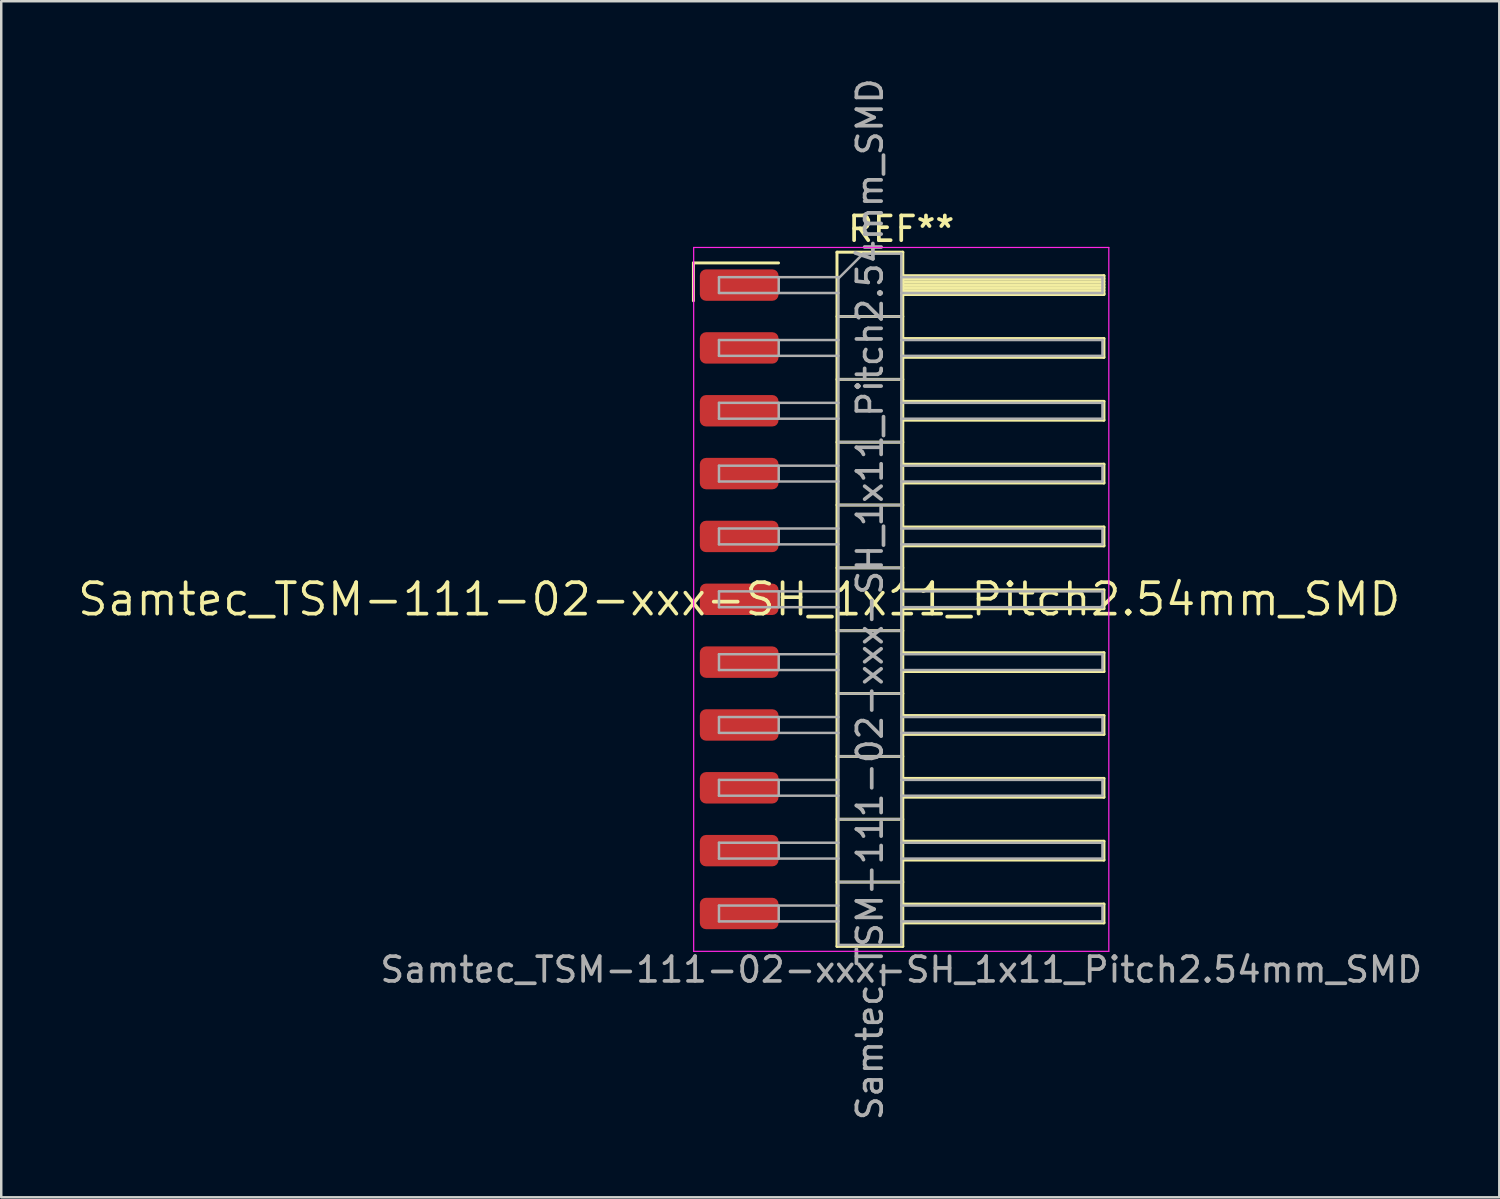
<source format=kicad_pcb>
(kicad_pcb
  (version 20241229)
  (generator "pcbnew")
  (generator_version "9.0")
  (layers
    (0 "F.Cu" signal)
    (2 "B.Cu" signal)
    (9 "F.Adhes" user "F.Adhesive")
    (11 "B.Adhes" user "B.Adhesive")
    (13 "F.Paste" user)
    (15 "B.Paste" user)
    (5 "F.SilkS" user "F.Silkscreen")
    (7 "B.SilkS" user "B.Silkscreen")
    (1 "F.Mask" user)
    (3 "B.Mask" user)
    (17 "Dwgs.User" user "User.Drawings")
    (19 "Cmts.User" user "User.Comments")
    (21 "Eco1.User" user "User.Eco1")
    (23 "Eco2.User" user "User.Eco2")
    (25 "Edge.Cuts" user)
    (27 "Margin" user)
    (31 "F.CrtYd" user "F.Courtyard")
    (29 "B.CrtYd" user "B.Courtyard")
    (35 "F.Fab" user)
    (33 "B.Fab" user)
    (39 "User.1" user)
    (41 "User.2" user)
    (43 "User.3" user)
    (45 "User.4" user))
  (footprint "Samtec_TSM-111-02-xxx-SH_1x11_Pitch2.54mm_SMD"
    (layer "F.Cu")
    (at 26.828 21.173)
    (property "Reference" "Samtec_TSM-111-02-xxx-SH_1x11_Pitch2.54mm_SMD" (at 0 0 0) (layer "F.SilkS") (effects (font (size 1.27 1.27) (thickness 0.15))))
    (attr smd)
    (fp_line (start -1.85 -13.595) (end 1.59 -13.595) (stroke (width 0.12) (type solid)) (layer "F.SilkS"))
    (fp_line (start -1.85 -12.065) (end -1.85 -13.595) (stroke (width 0.12) (type solid)) (layer "F.SilkS"))
    (fp_line (start 3.953 -14.03) (end 6.613 -14.03) (stroke (width 0.12) (type solid)) (layer "F.SilkS"))
    (fp_line (start 3.953 -11.43) (end 6.613 -11.43) (stroke (width 0.12) (type solid)) (layer "F.SilkS"))
    (fp_line (start 3.953 -8.89) (end 6.613 -8.89) (stroke (width 0.12) (type solid)) (layer "F.SilkS"))
    (fp_line (start 3.953 -6.35) (end 6.613 -6.35) (stroke (width 0.12) (type solid)) (layer "F.SilkS"))
    (fp_line (start 3.953 -3.81) (end 6.613 -3.81) (stroke (width 0.12) (type solid)) (layer "F.SilkS"))
    (fp_line (start 3.953 -1.27) (end 6.613 -1.27) (stroke (width 0.12) (type solid)) (layer "F.SilkS"))
    (fp_line (start 3.953 1.27) (end 6.613 1.27) (stroke (width 0.12) (type solid)) (layer "F.SilkS"))
    (fp_line (start 3.953 3.81) (end 6.613 3.81) (stroke (width 0.12) (type solid)) (layer "F.SilkS"))
    (fp_line (start 3.953 6.35) (end 6.613 6.35) (stroke (width 0.12) (type solid)) (layer "F.SilkS"))
    (fp_line (start 3.953 8.89) (end 6.613 8.89) (stroke (width 0.12) (type solid)) (layer "F.SilkS"))
    (fp_line (start 3.953 11.43) (end 6.613 11.43) (stroke (width 0.12) (type solid)) (layer "F.SilkS"))
    (fp_line (start 3.953 14.03) (end 3.953 -14.03) (stroke (width 0.12) (type solid)) (layer "F.SilkS"))
    (fp_line (start 6.613 -14.03) (end 6.613 14.03) (stroke (width 0.12) (type solid)) (layer "F.SilkS"))
    (fp_line (start 6.613 -13.08) (end 14.743 -13.08) (stroke (width 0.12) (type solid)) (layer "F.SilkS"))
    (fp_line (start 6.613 -12.96) (end 14.743 -12.96) (stroke (width 0.12) (type solid)) (layer "F.SilkS"))
    (fp_line (start 6.613 -12.84) (end 14.743 -12.84) (stroke (width 0.12) (type solid)) (layer "F.SilkS"))
    (fp_line (start 6.613 -12.72) (end 14.743 -12.72) (stroke (width 0.12) (type solid)) (layer "F.SilkS"))
    (fp_line (start 6.613 -12.6) (end 14.743 -12.6) (stroke (width 0.12) (type solid)) (layer "F.SilkS"))
    (fp_line (start 6.613 -12.48) (end 14.743 -12.48) (stroke (width 0.12) (type solid)) (layer "F.SilkS"))
    (fp_line (start 6.613 -12.36) (end 14.743 -12.36) (stroke (width 0.12) (type solid)) (layer "F.SilkS"))
    (fp_line (start 6.613 -12.32) (end 14.743 -12.32) (stroke (width 0.12) (type solid)) (layer "F.SilkS"))
    (fp_line (start 6.613 -10.54) (end 14.743 -10.54) (stroke (width 0.12) (type solid)) (layer "F.SilkS"))
    (fp_line (start 6.613 -9.78) (end 14.743 -9.78) (stroke (width 0.12) (type solid)) (layer "F.SilkS"))
    (fp_line (start 6.613 -8) (end 14.743 -8) (stroke (width 0.12) (type solid)) (layer "F.SilkS"))
    (fp_line (start 6.613 -7.24) (end 14.743 -7.24) (stroke (width 0.12) (type solid)) (layer "F.SilkS"))
    (fp_line (start 6.613 -5.46) (end 14.743 -5.46) (stroke (width 0.12) (type solid)) (layer "F.SilkS"))
    (fp_line (start 6.613 -4.7) (end 14.743 -4.7) (stroke (width 0.12) (type solid)) (layer "F.SilkS"))
    (fp_line (start 6.613 -2.92) (end 14.743 -2.92) (stroke (width 0.12) (type solid)) (layer "F.SilkS"))
    (fp_line (start 6.613 -2.16) (end 14.743 -2.16) (stroke (width 0.12) (type solid)) (layer "F.SilkS"))
    (fp_line (start 6.613 -0.38) (end 14.743 -0.38) (stroke (width 0.12) (type solid)) (layer "F.SilkS"))
    (fp_line (start 6.613 0.38) (end 14.743 0.38) (stroke (width 0.12) (type solid)) (layer "F.SilkS"))
    (fp_line (start 6.613 2.16) (end 14.743 2.16) (stroke (width 0.12) (type solid)) (layer "F.SilkS"))
    (fp_line (start 6.613 2.92) (end 14.743 2.92) (stroke (width 0.12) (type solid)) (layer "F.SilkS"))
    (fp_line (start 6.613 4.7) (end 14.743 4.7) (stroke (width 0.12) (type solid)) (layer "F.SilkS"))
    (fp_line (start 6.613 5.46) (end 14.743 5.46) (stroke (width 0.12) (type solid)) (layer "F.SilkS"))
    (fp_line (start 6.613 7.24) (end 14.743 7.24) (stroke (width 0.12) (type solid)) (layer "F.SilkS"))
    (fp_line (start 6.613 8) (end 14.743 8) (stroke (width 0.12) (type solid)) (layer "F.SilkS"))
    (fp_line (start 6.613 9.78) (end 14.743 9.78) (stroke (width 0.12) (type solid)) (layer "F.SilkS"))
    (fp_line (start 6.613 10.54) (end 14.743 10.54) (stroke (width 0.12) (type solid)) (layer "F.SilkS"))
    (fp_line (start 6.613 12.32) (end 14.743 12.32) (stroke (width 0.12) (type solid)) (layer "F.SilkS"))
    (fp_line (start 6.613 13.08) (end 14.743 13.08) (stroke (width 0.12) (type solid)) (layer "F.SilkS"))
    (fp_line (start 6.613 14.03) (end 3.953 14.03) (stroke (width 0.12) (type solid)) (layer "F.SilkS"))
    (fp_line (start 14.743 -13.08) (end 14.743 -12.32) (stroke (width 0.12) (type solid)) (layer "F.SilkS"))
    (fp_line (start 14.743 -10.54) (end 14.743 -9.78) (stroke (width 0.12) (type solid)) (layer "F.SilkS"))
    (fp_line (start 14.743 -8) (end 14.743 -7.24) (stroke (width 0.12) (type solid)) (layer "F.SilkS"))
    (fp_line (start 14.743 -5.46) (end 14.743 -4.7) (stroke (width 0.12) (type solid)) (layer "F.SilkS"))
    (fp_line (start 14.743 -2.92) (end 14.743 -2.16) (stroke (width 0.12) (type solid)) (layer "F.SilkS"))
    (fp_line (start 14.743 -0.38) (end 14.743 0.38) (stroke (width 0.12) (type solid)) (layer "F.SilkS"))
    (fp_line (start 14.743 2.16) (end 14.743 2.92) (stroke (width 0.12) (type solid)) (layer "F.SilkS"))
    (fp_line (start 14.743 4.7) (end 14.743 5.46) (stroke (width 0.12) (type solid)) (layer "F.SilkS"))
    (fp_line (start 14.743 7.24) (end 14.743 8) (stroke (width 0.12) (type solid)) (layer "F.SilkS"))
    (fp_line (start 14.743 9.78) (end 14.743 10.54) (stroke (width 0.12) (type solid)) (layer "F.SilkS"))
    (fp_line (start 14.743 12.32) (end 14.743 13.08) (stroke (width 0.12) (type solid)) (layer "F.SilkS"))
    (fp_line (start -1.84 -14.22) (end 14.94 -14.22) (stroke (width 0.05) (type solid)) (layer "F.CrtYd"))
    (fp_line (start -1.84 14.23) (end -1.84 -14.22) (stroke (width 0.05) (type solid)) (layer "F.CrtYd"))
    (fp_line (start 14.94 -14.22) (end 14.94 14.23) (stroke (width 0.05) (type solid)) (layer "F.CrtYd"))
    (fp_line (start 14.94 14.23) (end -1.84 14.23) (stroke (width 0.05) (type solid)) (layer "F.CrtYd"))
    (fp_line (start -0.817 -13.02) (end -0.817 -12.38) (stroke (width 0.1) (type solid)) (layer "F.Fab"))
    (fp_line (start -0.817 -13.02) (end 4.013 -13.02) (stroke (width 0.1) (type solid)) (layer "F.Fab"))
    (fp_line (start -0.817 -12.38) (end 4.013 -12.38) (stroke (width 0.1) (type solid)) (layer "F.Fab"))
    (fp_line (start -0.817 -10.48) (end -0.817 -9.84) (stroke (width 0.1) (type solid)) (layer "F.Fab"))
    (fp_line (start -0.817 -10.48) (end 4.013 -10.48) (stroke (width 0.1) (type solid)) (layer "F.Fab"))
    (fp_line (start -0.817 -9.84) (end 4.013 -9.84) (stroke (width 0.1) (type solid)) (layer "F.Fab"))
    (fp_line (start -0.817 -7.94) (end -0.817 -7.3) (stroke (width 0.1) (type solid)) (layer "F.Fab"))
    (fp_line (start -0.817 -7.94) (end 4.013 -7.94) (stroke (width 0.1) (type solid)) (layer "F.Fab"))
    (fp_line (start -0.817 -7.3) (end 4.013 -7.3) (stroke (width 0.1) (type solid)) (layer "F.Fab"))
    (fp_line (start -0.817 -5.4) (end -0.817 -4.76) (stroke (width 0.1) (type solid)) (layer "F.Fab"))
    (fp_line (start -0.817 -5.4) (end 4.013 -5.4) (stroke (width 0.1) (type solid)) (layer "F.Fab"))
    (fp_line (start -0.817 -4.76) (end 4.013 -4.76) (stroke (width 0.1) (type solid)) (layer "F.Fab"))
    (fp_line (start -0.817 -2.86) (end -0.817 -2.22) (stroke (width 0.1) (type solid)) (layer "F.Fab"))
    (fp_line (start -0.817 -2.86) (end 4.013 -2.86) (stroke (width 0.1) (type solid)) (layer "F.Fab"))
    (fp_line (start -0.817 -2.22) (end 4.013 -2.22) (stroke (width 0.1) (type solid)) (layer "F.Fab"))
    (fp_line (start -0.817 -0.32) (end -0.817 0.32) (stroke (width 0.1) (type solid)) (layer "F.Fab"))
    (fp_line (start -0.817 -0.32) (end 4.013 -0.32) (stroke (width 0.1) (type solid)) (layer "F.Fab"))
    (fp_line (start -0.817 0.32) (end 4.013 0.32) (stroke (width 0.1) (type solid)) (layer "F.Fab"))
    (fp_line (start -0.817 2.22) (end -0.817 2.86) (stroke (width 0.1) (type solid)) (layer "F.Fab"))
    (fp_line (start -0.817 2.22) (end 4.013 2.22) (stroke (width 0.1) (type solid)) (layer "F.Fab"))
    (fp_line (start -0.817 2.86) (end 4.013 2.86) (stroke (width 0.1) (type solid)) (layer "F.Fab"))
    (fp_line (start -0.817 4.76) (end -0.817 5.4) (stroke (width 0.1) (type solid)) (layer "F.Fab"))
    (fp_line (start -0.817 4.76) (end 4.013 4.76) (stroke (width 0.1) (type solid)) (layer "F.Fab"))
    (fp_line (start -0.817 5.4) (end 4.013 5.4) (stroke (width 0.1) (type solid)) (layer "F.Fab"))
    (fp_line (start -0.817 7.3) (end -0.817 7.94) (stroke (width 0.1) (type solid)) (layer "F.Fab"))
    (fp_line (start -0.817 7.3) (end 4.013 7.3) (stroke (width 0.1) (type solid)) (layer "F.Fab"))
    (fp_line (start -0.817 7.94) (end 4.013 7.94) (stroke (width 0.1) (type solid)) (layer "F.Fab"))
    (fp_line (start -0.817 9.84) (end -0.817 10.48) (stroke (width 0.1) (type solid)) (layer "F.Fab"))
    (fp_line (start -0.817 9.84) (end 4.013 9.84) (stroke (width 0.1) (type solid)) (layer "F.Fab"))
    (fp_line (start -0.817 10.48) (end 4.013 10.48) (stroke (width 0.1) (type solid)) (layer "F.Fab"))
    (fp_line (start -0.817 12.38) (end -0.817 13.02) (stroke (width 0.1) (type solid)) (layer "F.Fab"))
    (fp_line (start -0.817 12.38) (end 4.013 12.38) (stroke (width 0.1) (type solid)) (layer "F.Fab"))
    (fp_line (start -0.817 13.02) (end 4.013 13.02) (stroke (width 0.1) (type solid)) (layer "F.Fab"))
    (fp_line (start 1.598 -13.02) (end 1.598 -12.38) (stroke (width 0.1) (type solid)) (layer "F.Fab"))
    (fp_line (start 1.598 -10.48) (end 1.598 -9.84) (stroke (width 0.1) (type solid)) (layer "F.Fab"))
    (fp_line (start 1.598 -7.94) (end 1.598 -7.3) (stroke (width 0.1) (type solid)) (layer "F.Fab"))
    (fp_line (start 1.598 -5.4) (end 1.598 -4.76) (stroke (width 0.1) (type solid)) (layer "F.Fab"))
    (fp_line (start 1.598 -2.86) (end 1.598 -2.22) (stroke (width 0.1) (type solid)) (layer "F.Fab"))
    (fp_line (start 1.598 -0.32) (end 1.598 0.32) (stroke (width 0.1) (type solid)) (layer "F.Fab"))
    (fp_line (start 1.598 2.22) (end 1.598 2.86) (stroke (width 0.1) (type solid)) (layer "F.Fab"))
    (fp_line (start 1.598 4.76) (end 1.598 5.4) (stroke (width 0.1) (type solid)) (layer "F.Fab"))
    (fp_line (start 1.598 7.3) (end 1.598 7.94) (stroke (width 0.1) (type solid)) (layer "F.Fab"))
    (fp_line (start 1.598 9.84) (end 1.598 10.48) (stroke (width 0.1) (type solid)) (layer "F.Fab"))
    (fp_line (start 1.598 12.38) (end 1.598 13.02) (stroke (width 0.1) (type solid)) (layer "F.Fab"))
    (fp_line (start 4.013 -12.97) (end 5.013 -13.97) (stroke (width 0.1) (type solid)) (layer "F.Fab"))
    (fp_line (start 4.013 -11.43) (end 6.553 -11.43) (stroke (width 0.1) (type solid)) (layer "F.Fab"))
    (fp_line (start 4.013 -8.89) (end 6.553 -8.89) (stroke (width 0.1) (type solid)) (layer "F.Fab"))
    (fp_line (start 4.013 -6.35) (end 6.553 -6.35) (stroke (width 0.1) (type solid)) (layer "F.Fab"))
    (fp_line (start 4.013 -3.81) (end 6.553 -3.81) (stroke (width 0.1) (type solid)) (layer "F.Fab"))
    (fp_line (start 4.013 -1.27) (end 6.553 -1.27) (stroke (width 0.1) (type solid)) (layer "F.Fab"))
    (fp_line (start 4.013 1.27) (end 6.553 1.27) (stroke (width 0.1) (type solid)) (layer "F.Fab"))
    (fp_line (start 4.013 3.81) (end 6.553 3.81) (stroke (width 0.1) (type solid)) (layer "F.Fab"))
    (fp_line (start 4.013 6.35) (end 6.553 6.35) (stroke (width 0.1) (type solid)) (layer "F.Fab"))
    (fp_line (start 4.013 8.89) (end 6.553 8.89) (stroke (width 0.1) (type solid)) (layer "F.Fab"))
    (fp_line (start 4.013 11.43) (end 6.553 11.43) (stroke (width 0.1) (type solid)) (layer "F.Fab"))
    (fp_line (start 4.013 13.97) (end 4.013 -12.97) (stroke (width 0.1) (type solid)) (layer "F.Fab"))
    (fp_line (start 5.013 -13.97) (end 6.553 -13.97) (stroke (width 0.1) (type solid)) (layer "F.Fab"))
    (fp_line (start 6.553 -13.97) (end 6.553 13.97) (stroke (width 0.1) (type solid)) (layer "F.Fab"))
    (fp_line (start 6.553 -13.02) (end 14.683 -13.02) (stroke (width 0.1) (type solid)) (layer "F.Fab"))
    (fp_line (start 6.553 -12.38) (end 14.683 -12.38) (stroke (width 0.1) (type solid)) (layer "F.Fab"))
    (fp_line (start 6.553 -10.48) (end 14.683 -10.48) (stroke (width 0.1) (type solid)) (layer "F.Fab"))
    (fp_line (start 6.553 -9.84) (end 14.683 -9.84) (stroke (width 0.1) (type solid)) (layer "F.Fab"))
    (fp_line (start 6.553 -7.94) (end 14.683 -7.94) (stroke (width 0.1) (type solid)) (layer "F.Fab"))
    (fp_line (start 6.553 -7.3) (end 14.683 -7.3) (stroke (width 0.1) (type solid)) (layer "F.Fab"))
    (fp_line (start 6.553 -5.4) (end 14.683 -5.4) (stroke (width 0.1) (type solid)) (layer "F.Fab"))
    (fp_line (start 6.553 -4.76) (end 14.683 -4.76) (stroke (width 0.1) (type solid)) (layer "F.Fab"))
    (fp_line (start 6.553 -2.86) (end 14.683 -2.86) (stroke (width 0.1) (type solid)) (layer "F.Fab"))
    (fp_line (start 6.553 -2.22) (end 14.683 -2.22) (stroke (width 0.1) (type solid)) (layer "F.Fab"))
    (fp_line (start 6.553 -0.32) (end 14.683 -0.32) (stroke (width 0.1) (type solid)) (layer "F.Fab"))
    (fp_line (start 6.553 0.32) (end 14.683 0.32) (stroke (width 0.1) (type solid)) (layer "F.Fab"))
    (fp_line (start 6.553 2.22) (end 14.683 2.22) (stroke (width 0.1) (type solid)) (layer "F.Fab"))
    (fp_line (start 6.553 2.86) (end 14.683 2.86) (stroke (width 0.1) (type solid)) (layer "F.Fab"))
    (fp_line (start 6.553 4.76) (end 14.683 4.76) (stroke (width 0.1) (type solid)) (layer "F.Fab"))
    (fp_line (start 6.553 5.4) (end 14.683 5.4) (stroke (width 0.1) (type solid)) (layer "F.Fab"))
    (fp_line (start 6.553 7.3) (end 14.683 7.3) (stroke (width 0.1) (type solid)) (layer "F.Fab"))
    (fp_line (start 6.553 7.94) (end 14.683 7.94) (stroke (width 0.1) (type solid)) (layer "F.Fab"))
    (fp_line (start 6.553 9.84) (end 14.683 9.84) (stroke (width 0.1) (type solid)) (layer "F.Fab"))
    (fp_line (start 6.553 10.48) (end 14.683 10.48) (stroke (width 0.1) (type solid)) (layer "F.Fab"))
    (fp_line (start 6.553 12.38) (end 14.683 12.38) (stroke (width 0.1) (type solid)) (layer "F.Fab"))
    (fp_line (start 6.553 13.02) (end 14.683 13.02) (stroke (width 0.1) (type solid)) (layer "F.Fab"))
    (fp_line (start 6.553 13.97) (end 4.013 13.97) (stroke (width 0.1) (type solid)) (layer "F.Fab"))
    (fp_line (start 14.683 -13.02) (end 14.683 -12.38) (stroke (width 0.1) (type solid)) (layer "F.Fab"))
    (fp_line (start 14.683 -10.48) (end 14.683 -9.84) (stroke (width 0.1) (type solid)) (layer "F.Fab"))
    (fp_line (start 14.683 -7.94) (end 14.683 -7.3) (stroke (width 0.1) (type solid)) (layer "F.Fab"))
    (fp_line (start 14.683 -5.4) (end 14.683 -4.76) (stroke (width 0.1) (type solid)) (layer "F.Fab"))
    (fp_line (start 14.683 -2.86) (end 14.683 -2.22) (stroke (width 0.1) (type solid)) (layer "F.Fab"))
    (fp_line (start 14.683 -0.32) (end 14.683 0.32) (stroke (width 0.1) (type solid)) (layer "F.Fab"))
    (fp_line (start 14.683 2.22) (end 14.683 2.86) (stroke (width 0.1) (type solid)) (layer "F.Fab"))
    (fp_line (start 14.683 4.76) (end 14.683 5.4) (stroke (width 0.1) (type solid)) (layer "F.Fab"))
    (fp_line (start 14.683 7.3) (end 14.683 7.94) (stroke (width 0.1) (type solid)) (layer "F.Fab"))
    (fp_line (start 14.683 9.84) (end 14.683 10.48) (stroke (width 0.1) (type solid)) (layer "F.Fab"))
    (fp_line (start 14.683 12.38) (end 14.683 13.02) (stroke (width 0.1) (type solid)) (layer "F.Fab"))
    (fp_text user "REF**" (at 6.55 -14.97 0) (layer "F.SilkS") (effects (font (size 1 1) (thickness 0.15))))
    (fp_text user "Samtec_TSM-111-02-xxx-SH_1x11_Pitch2.54mm_SMD" (at 6.55 14.97 0) (layer "F.Fab") (effects (font (size 1 1) (thickness 0.15))))
    (fp_text user "${REFERENCE}" (at 5.283 0 90) (layer "F.Fab") (effects (font (size 1 1) (thickness 0.15))))
    (pad "1" smd roundrect (at 0 -12.7) (size 3.18 1.27) (layers "F.Cu" "F.Mask" "F.Paste") (roundrect_rratio 0.197))
    (pad "2" smd roundrect (at 0 -10.16) (size 3.18 1.27) (layers "F.Cu" "F.Mask" "F.Paste") (roundrect_rratio 0.197))
    (pad "3" smd roundrect (at 0 -7.62) (size 3.18 1.27) (layers "F.Cu" "F.Mask" "F.Paste") (roundrect_rratio 0.197))
    (pad "4" smd roundrect (at 0 -5.08) (size 3.18 1.27) (layers "F.Cu" "F.Mask" "F.Paste") (roundrect_rratio 0.197))
    (pad "5" smd roundrect (at 0 -2.54) (size 3.18 1.27) (layers "F.Cu" "F.Mask" "F.Paste") (roundrect_rratio 0.197))
    (pad "6" smd roundrect (at 0 0) (size 3.18 1.27) (layers "F.Cu" "F.Mask" "F.Paste") (roundrect_rratio 0.197))
    (pad "7" smd roundrect (at 0 2.54) (size 3.18 1.27) (layers "F.Cu" "F.Mask" "F.Paste") (roundrect_rratio 0.197))
    (pad "8" smd roundrect (at 0 5.08) (size 3.18 1.27) (layers "F.Cu" "F.Mask" "F.Paste") (roundrect_rratio 0.197))
    (pad "9" smd roundrect (at 0 7.62) (size 3.18 1.27) (layers "F.Cu" "F.Mask" "F.Paste") (roundrect_rratio 0.197))
    (pad "10" smd roundrect (at 0 10.16) (size 3.18 1.27) (layers "F.Cu" "F.Mask" "F.Paste") (roundrect_rratio 0.197))
    (pad "11" smd roundrect (at 0 12.7) (size 3.18 1.27) (layers "F.Cu" "F.Mask" "F.Paste") (roundrect_rratio 0.197)))
  (gr_rect
    (start -3 -3)
    (end 57.551 45.345)
    (stroke (width 0.1) (type default))
    (fill no)
    (layer "Edge.Cuts")))
</source>
